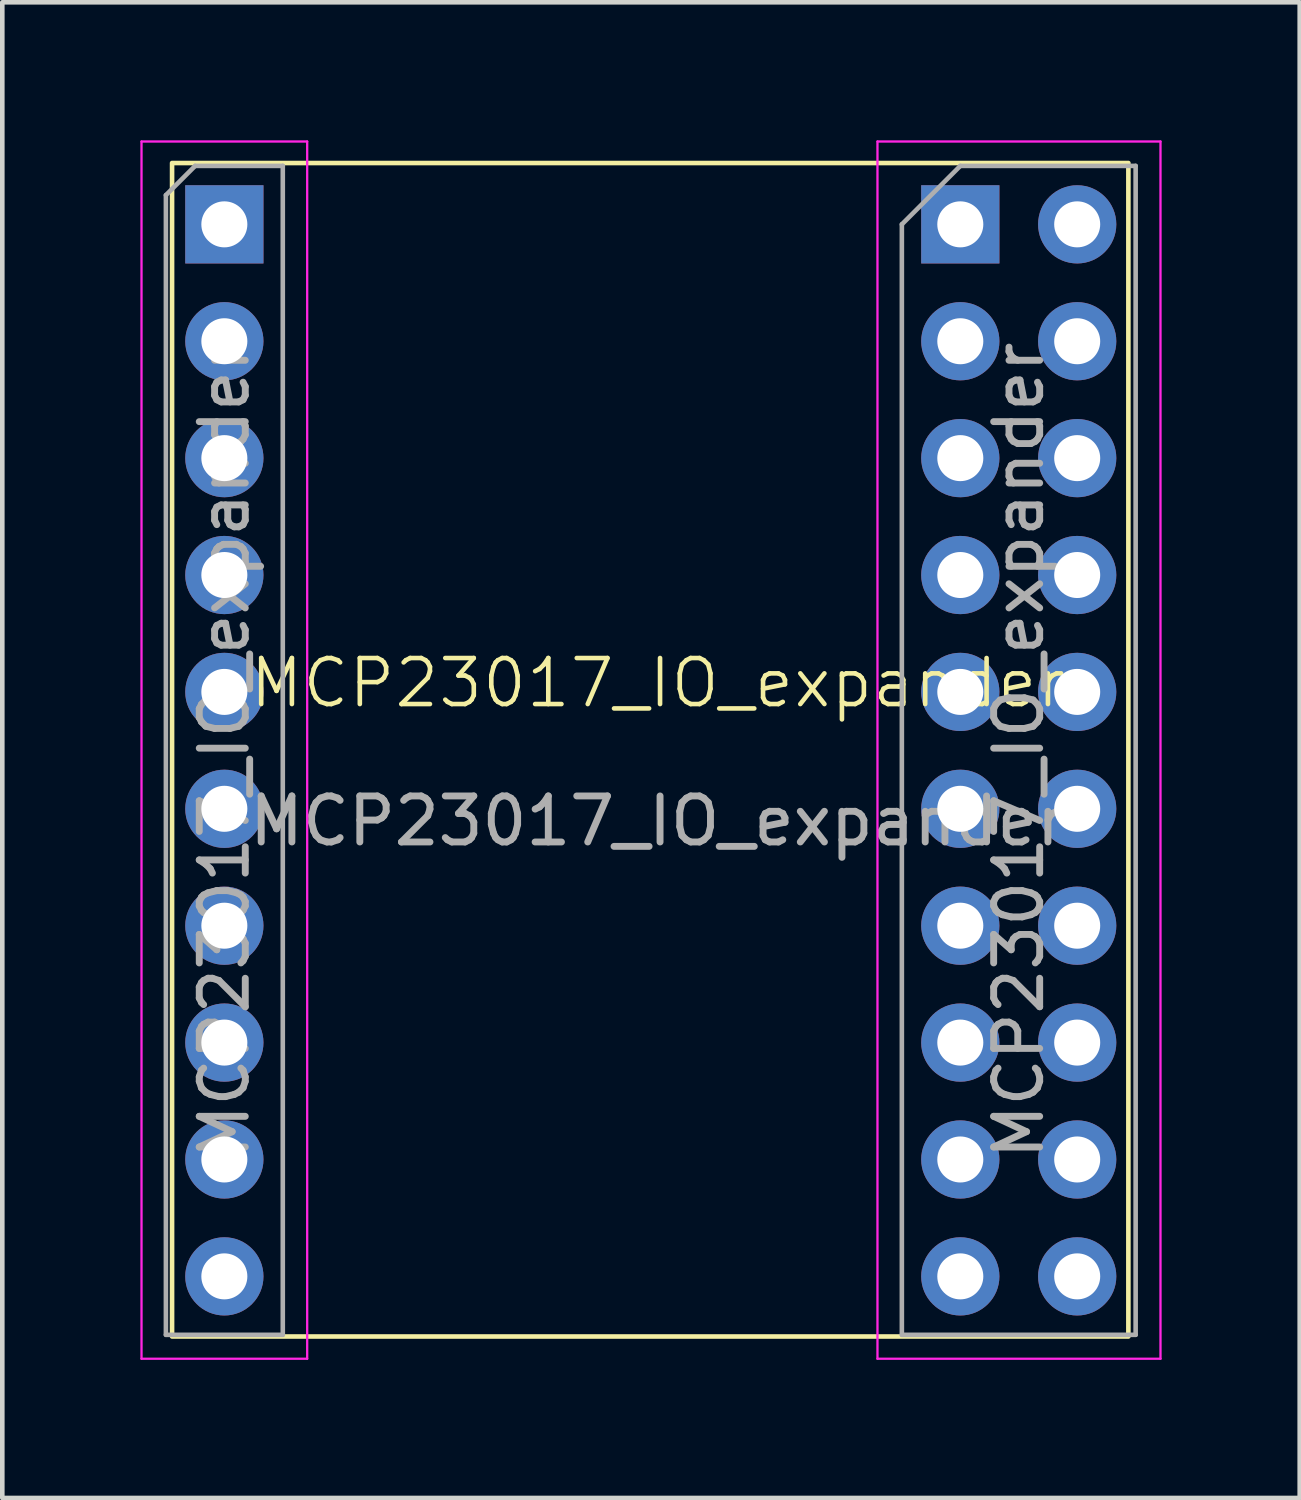
<source format=kicad_pcb>
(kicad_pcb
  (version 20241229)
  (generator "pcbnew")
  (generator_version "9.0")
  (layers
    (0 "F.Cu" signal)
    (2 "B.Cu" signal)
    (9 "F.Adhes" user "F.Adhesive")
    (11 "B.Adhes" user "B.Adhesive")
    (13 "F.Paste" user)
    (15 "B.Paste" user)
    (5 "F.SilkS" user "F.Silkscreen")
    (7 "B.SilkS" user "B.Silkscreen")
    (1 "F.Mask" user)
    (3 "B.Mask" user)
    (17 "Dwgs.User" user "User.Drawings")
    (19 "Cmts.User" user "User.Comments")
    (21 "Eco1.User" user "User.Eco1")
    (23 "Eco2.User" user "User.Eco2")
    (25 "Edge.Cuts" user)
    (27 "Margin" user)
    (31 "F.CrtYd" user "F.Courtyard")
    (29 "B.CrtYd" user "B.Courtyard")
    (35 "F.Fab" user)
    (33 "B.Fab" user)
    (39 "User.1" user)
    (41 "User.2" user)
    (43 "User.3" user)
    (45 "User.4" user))
  (footprint "MCP23017_IO_expander"
    (layer "F.Cu")
    (at 10.229 13.267)
    (property "Reference" "MCP23017_IO_expander" (at 1.016 -1.476 0) (unlocked yes) (layer "F.SilkS") (effects (font (size 1 1) (thickness 0.1))))
    (attr through_hole)
    (fp_rect (start -9.54 -12.775) (end 11.24 12.725) (stroke (width 0.1) (type solid)) (fill no) (layer "F.SilkS"))
    (fp_line (start -10.204 -13.242) (end -10.204 13.208) (stroke (width 0.05) (type solid)) (layer "F.CrtYd"))
    (fp_line (start -10.204 13.208) (end -6.604 13.208) (stroke (width 0.05) (type solid)) (layer "F.CrtYd"))
    (fp_line (start -6.604 -13.242) (end -10.204 -13.242) (stroke (width 0.05) (type solid)) (layer "F.CrtYd"))
    (fp_line (start -6.604 13.208) (end -6.604 -13.242) (stroke (width 0.05) (type solid)) (layer "F.CrtYd"))
    (fp_line (start 5.788 -13.242) (end 5.788 13.208) (stroke (width 0.05) (type solid)) (layer "F.CrtYd"))
    (fp_line (start 5.788 13.208) (end 11.938 13.208) (stroke (width 0.05) (type solid)) (layer "F.CrtYd"))
    (fp_line (start 11.938 -13.242) (end 5.788 -13.242) (stroke (width 0.05) (type solid)) (layer "F.CrtYd"))
    (fp_line (start 11.938 13.208) (end 11.938 -13.242) (stroke (width 0.05) (type solid)) (layer "F.CrtYd"))
    (fp_line (start -9.674 -12.077) (end -9.039 -12.712) (stroke (width 0.1) (type solid)) (layer "F.Fab"))
    (fp_line (start -9.674 12.688) (end -9.674 -12.077) (stroke (width 0.1) (type solid)) (layer "F.Fab"))
    (fp_line (start -9.039 -12.712) (end -7.134 -12.712) (stroke (width 0.1) (type solid)) (layer "F.Fab"))
    (fp_line (start -7.134 -12.712) (end -7.134 12.688) (stroke (width 0.1) (type solid)) (layer "F.Fab"))
    (fp_line (start -7.134 12.688) (end -9.674 12.688) (stroke (width 0.1) (type solid)) (layer "F.Fab"))
    (fp_line (start 6.318 -11.442) (end 7.588 -12.712) (stroke (width 0.1) (type solid)) (layer "F.Fab"))
    (fp_line (start 6.318 12.688) (end 6.318 -11.442) (stroke (width 0.1) (type solid)) (layer "F.Fab"))
    (fp_line (start 7.588 -12.712) (end 11.398 -12.712) (stroke (width 0.1) (type solid)) (layer "F.Fab"))
    (fp_line (start 11.398 -12.712) (end 11.398 12.688) (stroke (width 0.1) (type solid)) (layer "F.Fab"))
    (fp_line (start 11.398 12.688) (end 6.318 12.688) (stroke (width 0.1) (type solid)) (layer "F.Fab"))
    (fp_text user "${REFERENCE}" (at 1.016 1.524 0) (unlocked yes) (layer "F.Fab") (effects (font (size 1 1) (thickness 0.15))))
    (fp_text user "${REFERENCE}" (at -8.404 -0.012 90) (layer "F.Fab") (effects (font (size 1 1) (thickness 0.15))))
    (fp_text user "${REFERENCE}" (at 8.858 -0.012 90) (layer "F.Fab") (effects (font (size 1 1) (thickness 0.15))))
    (pad "1" thru_hole oval (at 7.588 3.798) (size 1.7 1.7) (drill 1) (layers "*.Cu" "*.Mask"))
    (pad "2" thru_hole oval (at 7.588 6.338) (size 1.7 1.7) (drill 1) (layers "*.Cu" "*.Mask"))
    (pad "3" thru_hole oval (at 7.588 8.878) (size 1.7 1.7) (drill 1) (layers "*.Cu" "*.Mask"))
    (pad "4" thru_hole oval (at 7.588 11.418) (size 1.7 1.7) (drill 1) (layers "*.Cu" "*.Mask"))
    (pad "5" thru_hole oval (at -8.404 11.418) (size 1.7 1.7) (drill 1) (layers "*.Cu" "*.Mask"))
    (pad "5" thru_hole rect (at 7.588 -11.442) (size 1.7 1.7) (drill 1) (layers "*.Cu" "*.Mask"))
    (pad "6" thru_hole oval (at -8.404 8.878) (size 1.7 1.7) (drill 1) (layers "*.Cu" "*.Mask"))
    (pad "6" thru_hole oval (at 10.128 -11.442) (size 1.7 1.7) (drill 1) (layers "*.Cu" "*.Mask"))
    (pad "7" thru_hole oval (at -8.404 -1.282) (size 1.7 1.7) (drill 1) (layers "*.Cu" "*.Mask"))
    (pad "8" thru_hole oval (at -8.404 6.338) (size 1.7 1.7) (drill 1) (layers "*.Cu" "*.Mask"))
    (pad "9" thru_hole oval (at -8.404 3.798) (size 1.7 1.7) (drill 1) (layers "*.Cu" "*.Mask"))
    (pad "10" thru_hole oval (at -8.404 1.258) (size 1.7 1.7) (drill 1) (layers "*.Cu" "*.Mask"))
    (pad "11" thru_hole oval (at -8.404 -6.362) (size 1.7 1.7) (drill 1) (layers "*.Cu" "*.Mask"))
    (pad "12" thru_hole circle (at -8.404 -8.902) (size 1.7 1.7) (drill 1) (layers "*.Cu" "*.Mask"))
    (pad "13" thru_hole rect (at -8.404 -11.442) (size 1.7 1.7) (drill 1) (layers "*.Cu" "*.Mask"))
    (pad "14" thru_hole oval (at -8.404 -3.822) (size 1.7 1.7) (drill 1) (layers "*.Cu" "*.Mask"))
    (pad "15" thru_hole oval (at 7.588 -8.902) (size 1.7 1.7) (drill 1) (layers "*.Cu" "*.Mask"))
    (pad "16" thru_hole oval (at 10.128 -8.902) (size 1.7 1.7) (drill 1) (layers "*.Cu" "*.Mask"))
    (pad "17" thru_hole oval (at 10.128 -6.362) (size 1.7 1.7) (drill 1) (layers "*.Cu" "*.Mask"))
    (pad "18" thru_hole oval (at 10.128 -3.822) (size 1.7 1.7) (drill 1) (layers "*.Cu" "*.Mask"))
    (pad "19" thru_hole oval (at 10.128 -1.282) (size 1.7 1.7) (drill 1) (layers "*.Cu" "*.Mask"))
    (pad "20" thru_hole oval (at 10.128 1.258) (size 1.7 1.7) (drill 1) (layers "*.Cu" "*.Mask"))
    (pad "21" thru_hole oval (at 10.128 3.798) (size 1.7 1.7) (drill 1) (layers "*.Cu" "*.Mask"))
    (pad "22" thru_hole oval (at 10.128 6.338) (size 1.7 1.7) (drill 1) (layers "*.Cu" "*.Mask"))
    (pad "23" thru_hole oval (at 10.128 8.878) (size 1.7 1.7) (drill 1) (layers "*.Cu" "*.Mask"))
    (pad "24" thru_hole oval (at 10.128 11.418) (size 1.7 1.7) (drill 1) (layers "*.Cu" "*.Mask"))
    (pad "25" thru_hole oval (at 7.588 -6.362) (size 1.7 1.7) (drill 1) (layers "*.Cu" "*.Mask"))
    (pad "26" thru_hole oval (at 7.588 -3.822) (size 1.7 1.7) (drill 1) (layers "*.Cu" "*.Mask"))
    (pad "27" thru_hole oval (at 7.588 -1.282) (size 1.7 1.7) (drill 1) (layers "*.Cu" "*.Mask"))
    (pad "28" thru_hole oval (at 7.588 1.258) (size 1.7 1.7) (drill 1) (layers "*.Cu" "*.Mask")))
  (gr_rect
    (start -3 -3)
    (end 25.192 29.5)
    (stroke (width 0.1) (type default))
    (fill no)
    (layer "Edge.Cuts")))
</source>
